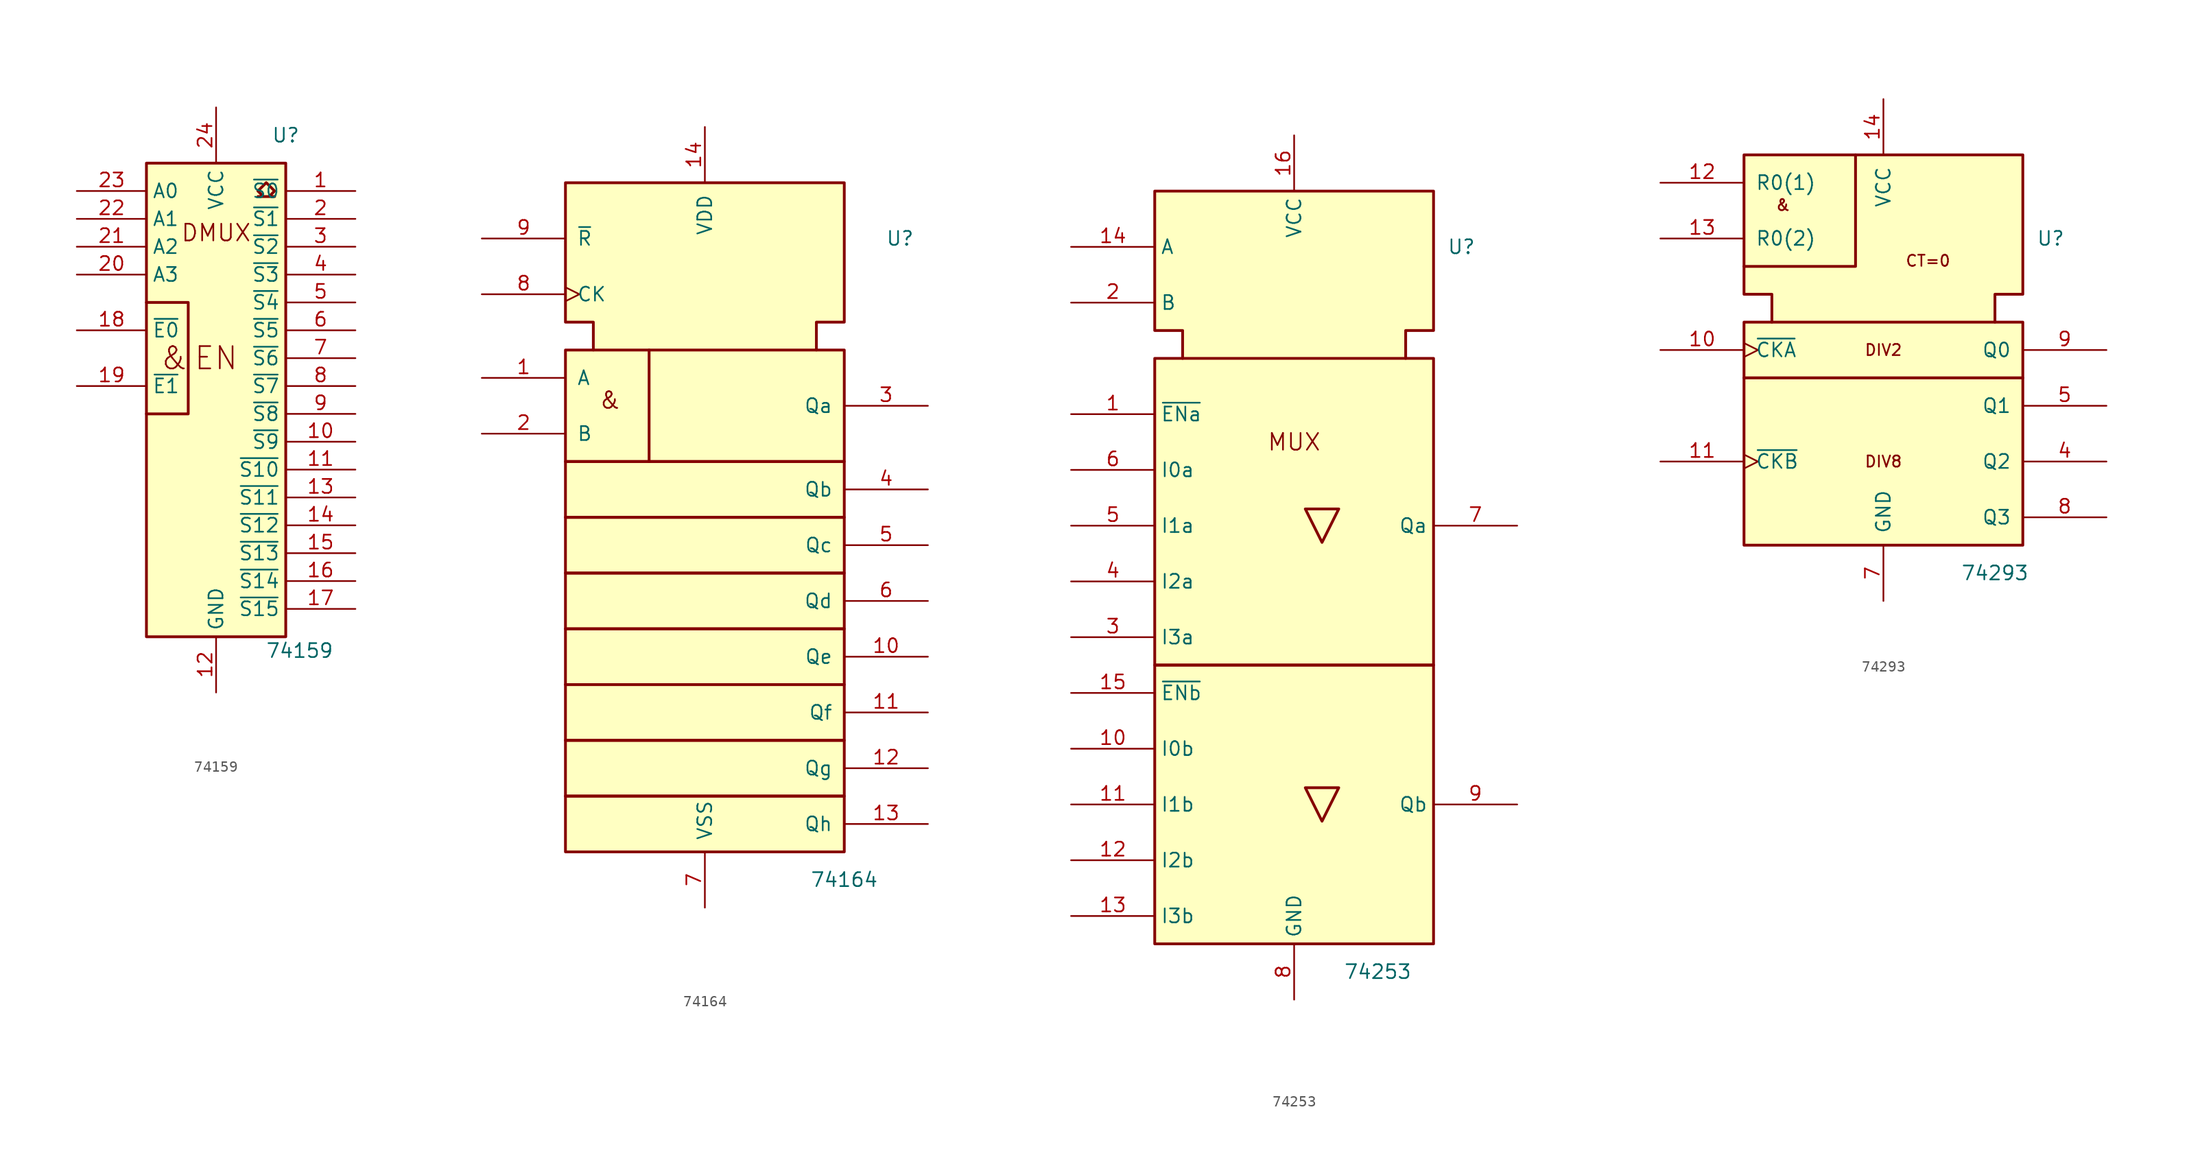
<source format=kicad_sym>
(kicad_symbol_lib
  (version 20231120)
  (generator "kicad_symbol_editor")
  (generator_version "8.0")
  (symbol "74159"
    (property "Reference" "U"
      (at 6.35 25.4 0)
      (effects (font (size 1.27 1.27))))
    (property "Value" "74159"
      (at 7.62 -21.59 0)
      (effects (font (size 1.27 1.27))))
    (symbol "74159_0_0"
      (rectangle (start -6.35 22.86) (end 6.35 -20.32) (stroke (width 0.254) (type default)) (fill (type background)))
      (polyline (pts (xy -6.35 10.16) (xy -2.54 10.16) (xy -2.54 0) (xy -6.35 0) (xy -6.35 0)) (stroke (width 0.254) (type default)) (fill (type background)))
      (polyline (pts (xy 4.572 21.082) (xy 3.81 20.32) (xy 4.318 19.812) (xy 3.81 19.812) (xy 5.334 19.812) (xy 4.826 19.812) (xy 5.334 20.32) (xy 4.572 21.082) (xy 4.572 21.082)) (stroke (width 0.254) (type default)) (fill (type background)))
      (text "&" (at -3.81 5.08 0) (effects (font (size 2.032 2.032))))
      (text "DMUX" (at 0 16.51 0) (effects (font (size 1.524 1.524))))
      (text "EN" (at 0 5.08 0) (effects (font (size 2.032 2.032))))
      (pin power_in line (at 0 -25.4 90) (length 5.08) (name "GND" (effects (font (size 1.27 1.27)))) (number "12" (effects (font (size 1.27 1.27)))))
      (pin power_in line (at 0 27.94 270) (length 5.08) (name "VCC" (effects (font (size 1.27 1.27)))) (number "24" (effects (font (size 1.27 1.27))))))
    (symbol "74159_1_1"
      (pin open_collector line (at 12.7 20.32 180) (length 6.35) (name "~{S0}" (effects (font (size 1.27 1.27)))) (number "1" (effects (font (size 1.27 1.27)))))
      (pin open_collector line (at 12.7 -2.54 180) (length 6.35) (name "~{S9}" (effects (font (size 1.27 1.27)))) (number "10" (effects (font (size 1.27 1.27)))))
      (pin open_collector line (at 12.7 -5.08 180) (length 6.35) (name "~{S10}" (effects (font (size 1.27 1.27)))) (number "11" (effects (font (size 1.27 1.27)))))
      (pin open_collector line (at 12.7 -7.62 180) (length 6.35) (name "~{S11}" (effects (font (size 1.27 1.27)))) (number "13" (effects (font (size 1.27 1.27)))))
      (pin open_collector line (at 12.7 -10.16 180) (length 6.35) (name "~{S12}" (effects (font (size 1.27 1.27)))) (number "14" (effects (font (size 1.27 1.27)))))
      (pin open_collector line (at 12.7 -12.7 180) (length 6.35) (name "~{S13}" (effects (font (size 1.27 1.27)))) (number "15" (effects (font (size 1.27 1.27)))))
      (pin open_collector line (at 12.7 -15.24 180) (length 6.35) (name "~{S14}" (effects (font (size 1.27 1.27)))) (number "16" (effects (font (size 1.27 1.27)))))
      (pin open_collector line (at 12.7 -17.78 180) (length 6.35) (name "~{S15}" (effects (font (size 1.27 1.27)))) (number "17" (effects (font (size 1.27 1.27)))))
      (pin input line (at -12.7 7.62 0) (length 6.35) (name "~{E0}" (effects (font (size 1.27 1.27)))) (number "18" (effects (font (size 1.27 1.27)))))
      (pin input line (at -12.7 2.54 0) (length 6.35) (name "~{E1}" (effects (font (size 1.27 1.27)))) (number "19" (effects (font (size 1.27 1.27)))))
      (pin open_collector line (at 12.7 17.78 180) (length 6.35) (name "~{S1}" (effects (font (size 1.27 1.27)))) (number "2" (effects (font (size 1.27 1.27)))))
      (pin input line (at -12.7 12.7 0) (length 6.35) (name "A3" (effects (font (size 1.27 1.27)))) (number "20" (effects (font (size 1.27 1.27)))))
      (pin input line (at -12.7 15.24 0) (length 6.35) (name "A2" (effects (font (size 1.27 1.27)))) (number "21" (effects (font (size 1.27 1.27)))))
      (pin input line (at -12.7 17.78 0) (length 6.35) (name "A1" (effects (font (size 1.27 1.27)))) (number "22" (effects (font (size 1.27 1.27)))))
      (pin input line (at -12.7 20.32 0) (length 6.35) (name "A0" (effects (font (size 1.27 1.27)))) (number "23" (effects (font (size 1.27 1.27)))))
      (pin open_collector line (at 12.7 15.24 180) (length 6.35) (name "~{S2}" (effects (font (size 1.27 1.27)))) (number "3" (effects (font (size 1.27 1.27)))))
      (pin open_collector line (at 12.7 12.7 180) (length 6.35) (name "~{S3}" (effects (font (size 1.27 1.27)))) (number "4" (effects (font (size 1.27 1.27)))))
      (pin open_collector line (at 12.7 10.16 180) (length 6.35) (name "~{S4}" (effects (font (size 1.27 1.27)))) (number "5" (effects (font (size 1.27 1.27)))))
      (pin open_collector line (at 12.7 7.62 180) (length 6.35) (name "~{S5}" (effects (font (size 1.27 1.27)))) (number "6" (effects (font (size 1.27 1.27)))))
      (pin open_collector line (at 12.7 5.08 180) (length 6.35) (name "~{S6}" (effects (font (size 1.27 1.27)))) (number "7" (effects (font (size 1.27 1.27)))))
      (pin open_collector line (at 12.7 2.54 180) (length 6.35) (name "~{S7}" (effects (font (size 1.27 1.27)))) (number "8" (effects (font (size 1.27 1.27)))))
      (pin open_collector line (at 12.7 0 180) (length 6.35) (name "~{S8}" (effects (font (size 1.27 1.27)))) (number "9" (effects (font (size 1.27 1.27)))))))
  (symbol "74164"
    (pin_names
      (offset 1.016))
    (property "Reference" "U"
      (at 17.78 12.7 0)
      (effects (font (size 1.27 1.27))))
    (property "Value" "74164"
      (at 12.7 -45.72 0)
      (effects (font (size 1.27 1.27))))
    (symbol "74164_0_0"
      (text "&" (at -8.636 -2.032 0) (effects (font (size 1.524 1.524)))))
    (symbol "74164_0_1"
      (rectangle (start -12.7 -38.1) (end 12.7 -43.18) (stroke (width 0.254) (type default)) (fill (type background)))
      (rectangle (start -12.7 -33.02) (end 12.7 -38.1) (stroke (width 0.254) (type default)) (fill (type background)))
      (rectangle (start -12.7 -27.94) (end 12.7 -33.02) (stroke (width 0.254) (type default)) (fill (type background)))
      (rectangle (start -12.7 -22.86) (end 12.7 -27.94) (stroke (width 0.254) (type default)) (fill (type background)))
      (rectangle (start -12.7 -17.78) (end 12.7 -22.86) (stroke (width 0.254) (type default)) (fill (type background)))
      (rectangle (start -12.7 -12.7) (end 12.7 -17.78) (stroke (width 0.254) (type default)) (fill (type background)))
      (rectangle (start -12.7 -7.62) (end 12.7 -12.7) (stroke (width 0.254) (type default)) (fill (type background)))
      (rectangle (start -12.7 2.54) (end 12.7 -7.62) (stroke (width 0.254) (type default)) (fill (type background)))
      (polyline (pts (xy -5.08 2.54) (xy -5.08 -7.62) (xy -5.08 -7.62)) (stroke (width 0.254) (type default)) (fill (type background)))
      (polyline (pts (xy -10.16 2.54) (xy -10.16 5.08) (xy -12.7 5.08) (xy -12.7 17.78) (xy 12.7 17.78) (xy 12.7 5.08) (xy 10.16 5.08) (xy 10.16 2.54) (xy 10.16 2.54)) (stroke (width 0.254) (type default)) (fill (type background))))
    (symbol "74164_1_1"
      (pin input line (at -20.32 0 0) (length 7.62) (name "A" (effects (font (size 1.27 1.27)))) (number "1" (effects (font (size 1.27 1.27)))))
      (pin output line (at 20.32 -25.4 180) (length 7.62) (name "Qe" (effects (font (size 1.27 1.27)))) (number "10" (effects (font (size 1.27 1.27)))))
      (pin output line (at 20.32 -30.48 180) (length 7.62) (name "Qf" (effects (font (size 1.27 1.27)))) (number "11" (effects (font (size 1.27 1.27)))))
      (pin output line (at 20.32 -35.56 180) (length 7.62) (name "Qg" (effects (font (size 1.27 1.27)))) (number "12" (effects (font (size 1.27 1.27)))))
      (pin output line (at 20.32 -40.64 180) (length 7.62) (name "Qh" (effects (font (size 1.27 1.27)))) (number "13" (effects (font (size 1.27 1.27)))))
      (pin power_in line (at 0 22.86 270) (length 5.08) (name "VDD" (effects (font (size 1.27 1.27)))) (number "14" (effects (font (size 1.27 1.27)))))
      (pin input line (at -20.32 -5.08 0) (length 7.62) (name "B" (effects (font (size 1.27 1.27)))) (number "2" (effects (font (size 1.27 1.27)))))
      (pin output line (at 20.32 -2.54 180) (length 7.62) (name "Qa" (effects (font (size 1.27 1.27)))) (number "3" (effects (font (size 1.27 1.27)))))
      (pin output line (at 20.32 -10.16 180) (length 7.62) (name "Qb" (effects (font (size 1.27 1.27)))) (number "4" (effects (font (size 1.27 1.27)))))
      (pin output line (at 20.32 -15.24 180) (length 7.62) (name "Qc" (effects (font (size 1.27 1.27)))) (number "5" (effects (font (size 1.27 1.27)))))
      (pin output line (at 20.32 -20.32 180) (length 7.62) (name "Qd" (effects (font (size 1.27 1.27)))) (number "6" (effects (font (size 1.27 1.27)))))
      (pin power_in line (at 0 -48.26 90) (length 5.08) (name "VSS" (effects (font (size 1.27 1.27)))) (number "7" (effects (font (size 1.27 1.27)))))
      (pin input clock (at -20.32 7.62 0) (length 7.62) (name "CK" (effects (font (size 1.27 1.27)))) (number "8" (effects (font (size 1.27 1.27)))))
      (pin input line (at -20.32 12.7 0) (length 7.62) (name "~{R}" (effects (font (size 1.27 1.27)))) (number "9" (effects (font (size 1.27 1.27)))))))
  (symbol "74253"
    (property "Reference" "U"
      (at 15.24 33.02 0)
      (effects (font (size 1.27 1.27))))
    (property "Value" "74253"
      (at 7.62 -33.02 0)
      (effects (font (size 1.27 1.27))))
    (symbol "74253_0_0"
      (rectangle (start -12.7 -5.08) (end 12.7 -30.48) (stroke (width 0.254) (type default)) (fill (type background)))
      (rectangle (start -12.7 22.86) (end 12.7 -5.08) (stroke (width 0.254) (type default)) (fill (type background)))
      (polyline (pts (xy 4.064 -16.256) (xy 1.016 -16.256) (xy 2.54 -19.304) (xy 4.064 -16.256) (xy 4.064 -16.256)) (stroke (width 0.254) (type default)) (fill (type background)))
      (polyline (pts (xy 4.064 9.144) (xy 1.016 9.144) (xy 2.54 6.096) (xy 4.064 9.144) (xy 4.064 9.144)) (stroke (width 0.254) (type default)) (fill (type background)))
      (polyline (pts (xy -10.16 22.86) (xy -10.16 25.4) (xy -12.7 25.4) (xy -12.7 38.1) (xy 12.7 38.1) (xy 12.7 25.4) (xy 10.16 25.4) (xy 10.16 22.86) (xy 10.16 22.86)) (stroke (width 0.254) (type default)) (fill (type background)))
      (text "MUX" (at 0 15.24 0) (effects (font (size 1.524 1.524))))
      (pin power_in line (at 0 43.18 270) (length 5.08) (name "VCC" (effects (font (size 1.27 1.27)))) (number "16" (effects (font (size 1.27 1.27)))))
      (pin power_in line (at 0 -35.56 90) (length 5.08) (name "GND" (effects (font (size 1.27 1.27)))) (number "8" (effects (font (size 1.27 1.27))))))
    (symbol "74253_1_1"
      (pin input line (at -20.32 17.78 0) (length 7.62) (name "~{ENa}" (effects (font (size 1.27 1.27)))) (number "1" (effects (font (size 1.27 1.27)))))
      (pin input line (at -20.32 -12.7 0) (length 7.62) (name "I0b" (effects (font (size 1.27 1.27)))) (number "10" (effects (font (size 1.27 1.27)))))
      (pin input line (at -20.32 -17.78 0) (length 7.62) (name "I1b" (effects (font (size 1.27 1.27)))) (number "11" (effects (font (size 1.27 1.27)))))
      (pin input line (at -20.32 -22.86 0) (length 7.62) (name "I2b" (effects (font (size 1.27 1.27)))) (number "12" (effects (font (size 1.27 1.27)))))
      (pin input line (at -20.32 -27.94 0) (length 7.62) (name "I3b" (effects (font (size 1.27 1.27)))) (number "13" (effects (font (size 1.27 1.27)))))
      (pin input line (at -20.32 33.02 0) (length 7.62) (name "A" (effects (font (size 1.27 1.27)))) (number "14" (effects (font (size 1.27 1.27)))))
      (pin input line (at -20.32 -7.62 0) (length 7.62) (name "~{ENb}" (effects (font (size 1.27 1.27)))) (number "15" (effects (font (size 1.27 1.27)))))
      (pin input line (at -20.32 27.94 0) (length 7.62) (name "B" (effects (font (size 1.27 1.27)))) (number "2" (effects (font (size 1.27 1.27)))))
      (pin input line (at -20.32 -2.54 0) (length 7.62) (name "I3a" (effects (font (size 1.27 1.27)))) (number "3" (effects (font (size 1.27 1.27)))))
      (pin input line (at -20.32 2.54 0) (length 7.62) (name "I2a" (effects (font (size 1.27 1.27)))) (number "4" (effects (font (size 1.27 1.27)))))
      (pin input line (at -20.32 7.62 0) (length 7.62) (name "I1a" (effects (font (size 1.27 1.27)))) (number "5" (effects (font (size 1.27 1.27)))))
      (pin input line (at -20.32 12.7 0) (length 7.62) (name "I0a" (effects (font (size 1.27 1.27)))) (number "6" (effects (font (size 1.27 1.27)))))
      (pin tri_state line (at 20.32 7.62 180) (length 7.62) (name "Qa" (effects (font (size 1.27 1.27)))) (number "7" (effects (font (size 1.27 1.27)))))
      (pin tri_state line (at 20.32 -17.78 180) (length 7.62) (name "Qb" (effects (font (size 1.27 1.27)))) (number "9" (effects (font (size 1.27 1.27)))))))
  (symbol "74293"
    (pin_names
      (offset 1.016))
    (property "Reference" "U"
      (at 15.24 10.16 0)
      (effects (font (size 1.27 1.27))))
    (property "Value" "74293"
      (at 10.16 -20.32 0)
      (effects (font (size 1.27 1.27))))
    (symbol "74293_0_0"
      (rectangle (start -12.7 -2.54) (end 12.7 -17.78) (stroke (width 0.254) (type default)) (fill (type background)))
      (rectangle (start -12.7 2.54) (end 12.7 -2.54) (stroke (width 0.254) (type default)) (fill (type background)))
      (polyline (pts (xy -2.54 17.78) (xy -2.54 7.62) (xy -12.7 7.62) (xy -12.7 7.62)) (stroke (width 0.254) (type default)) (fill (type background)))
      (polyline (pts (xy -10.16 2.54) (xy -10.16 5.08) (xy -12.7 5.08) (xy -12.7 17.78) (xy 12.7 17.78) (xy 12.7 5.08) (xy 10.16 5.08) (xy 10.16 2.54) (xy 10.16 2.54)) (stroke (width 0.254) (type default)) (fill (type background)))
      (text "&" (at -9.144 13.208 0) (effects (font (size 1.016 1.016))))
      (text "CT=0" (at 4.064 8.128 0) (effects (font (size 1.016 1.016))))
      (text "DIV2" (at 0 0 0) (effects (font (size 1.016 1.016))))
      (text "DIV8" (at 0 -10.16 0) (effects (font (size 1.016 1.016))))
      (pin power_in line (at 0 22.86 270) (length 5.08) (name "VCC" (effects (font (size 1.27 1.27)))) (number "14" (effects (font (size 1.27 1.27)))))
      (pin power_in line (at 0 -22.86 90) (length 5.08) (name "GND" (effects (font (size 1.27 1.27)))) (number "7" (effects (font (size 1.27 1.27))))))
    (symbol "74293_1_1"
      (pin input clock (at -20.32 0 0) (length 7.62) (name "~{CKA}" (effects (font (size 1.27 1.27)))) (number "10" (effects (font (size 1.27 1.27)))))
      (pin input clock (at -20.32 -10.16 0) (length 7.62) (name "~{CKB}" (effects (font (size 1.27 1.27)))) (number "11" (effects (font (size 1.27 1.27)))))
      (pin input line (at -20.32 15.24 0) (length 7.62) (name "R0(1)" (effects (font (size 1.27 1.27)))) (number "12" (effects (font (size 1.27 1.27)))))
      (pin input line (at -20.32 10.16 0) (length 7.62) (name "R0(2)" (effects (font (size 1.27 1.27)))) (number "13" (effects (font (size 1.27 1.27)))))
      (pin output line (at 20.32 -10.16 180) (length 7.62) (name "Q2" (effects (font (size 1.27 1.27)))) (number "4" (effects (font (size 1.27 1.27)))))
      (pin output line (at 20.32 -5.08 180) (length 7.62) (name "Q1" (effects (font (size 1.27 1.27)))) (number "5" (effects (font (size 1.27 1.27)))))
      (pin output line (at 20.32 -15.24 180) (length 7.62) (name "Q3" (effects (font (size 1.27 1.27)))) (number "8" (effects (font (size 1.27 1.27)))))
      (pin output line (at 20.32 0 180) (length 7.62) (name "Q0" (effects (font (size 1.27 1.27)))) (number "9" (effects (font (size 1.27 1.27))))))))
</source>
